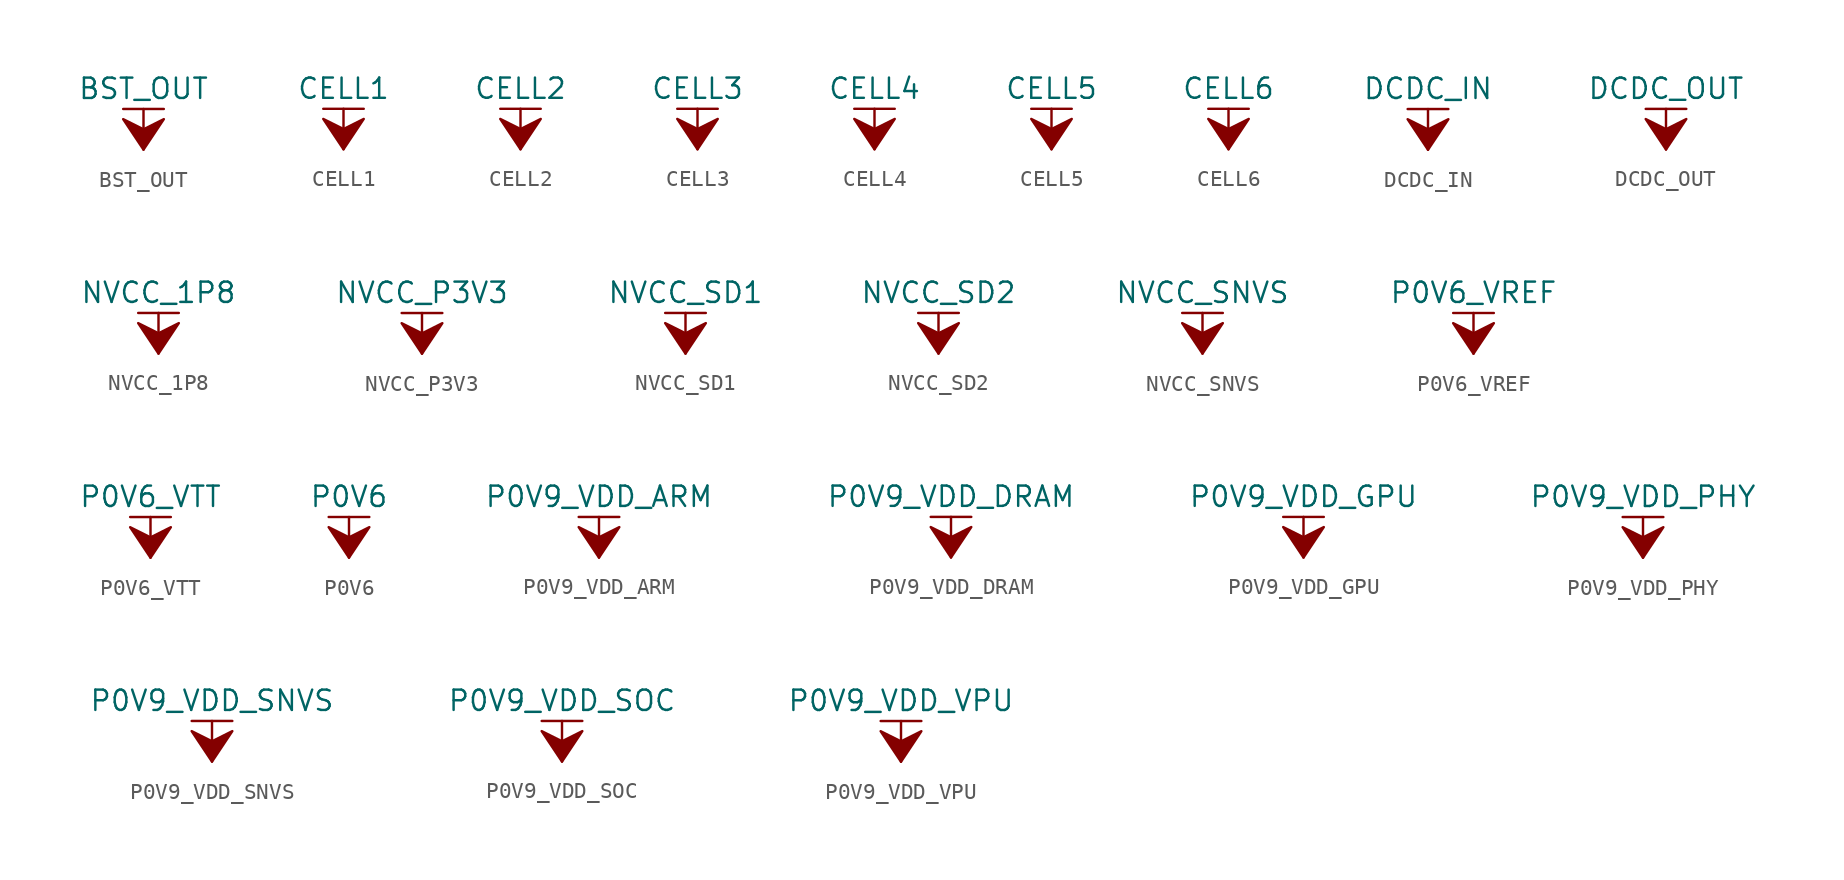
<source format=kicad_sym>
(kicad_symbol_lib
  (version 20211014)
  (generator kicad_symbol_editor)
  (symbol "BST_OUT"
    (power)
    (pin_names
      (offset 0))
    (property "Reference" "#PWR"
      (at 0 -3.81 0)
      (effects (font (size 1.27 1.27)) hide))
    (property "Value" "BST_OUT"
      (at 0 3.81 0)
      (effects (font (size 1.27 1.27))))
    (symbol "BST_OUT_0_1"
      (polyline (pts (xy -1.27 2.54) (xy 1.27 2.54)) (stroke (width 0.152) (type default) (color 0 0 0 0)) (fill (type none)))
      (polyline (pts (xy 0 0) (xy 0 2.54)) (stroke (width 0.152) (type default) (color 0 0 0 0)) (fill (type none)))
      (polyline (pts (xy 0 0) (xy 1.27 1.905) (xy 0 1.27) (xy -1.27 1.905) (xy 0 0)) (stroke (width 0.152) (type default) (color 0 0 0 0)) (fill (type outline))))
    (symbol "BST_OUT_1_1"
      (pin power_in line (at 0 0 90) (length 0) hide (name "BST_OUT" (effects (font (size 1.27 1.27)))) (number "1" (effects (font (size 1.27 1.27)))))))
  (symbol "CELL1"
    (power)
    (pin_names
      (offset 0))
    (property "Reference" "#PWR"
      (at 0 -3.81 0)
      (effects (font (size 1.27 1.27)) hide))
    (property "Value" "CELL1"
      (at 0 3.81 0)
      (effects (font (size 1.27 1.27))))
    (symbol "CELL1_0_1"
      (polyline (pts (xy -1.27 2.54) (xy 1.27 2.54)) (stroke (width 0.152) (type default) (color 0 0 0 0)) (fill (type none)))
      (polyline (pts (xy 0 0) (xy 0 2.54)) (stroke (width 0.152) (type default) (color 0 0 0 0)) (fill (type none)))
      (polyline (pts (xy 0 0) (xy 1.27 1.905) (xy 0 1.27) (xy -1.27 1.905) (xy 0 0)) (stroke (width 0.152) (type default) (color 0 0 0 0)) (fill (type outline))))
    (symbol "CELL1_1_1"
      (pin power_in line (at 0 0 90) (length 0) hide (name "CELL1" (effects (font (size 1.27 1.27)))) (number "1" (effects (font (size 1.27 1.27)))))))
  (symbol "CELL2"
    (power)
    (pin_names
      (offset 0))
    (property "Reference" "#PWR"
      (at 0 -3.81 0)
      (effects (font (size 1.27 1.27)) hide))
    (property "Value" "CELL2"
      (at 0 3.81 0)
      (effects (font (size 1.27 1.27))))
    (symbol "CELL2_0_1"
      (polyline (pts (xy -1.27 2.54) (xy 1.27 2.54)) (stroke (width 0.152) (type default) (color 0 0 0 0)) (fill (type none)))
      (polyline (pts (xy 0 0) (xy 0 2.54)) (stroke (width 0.152) (type default) (color 0 0 0 0)) (fill (type none)))
      (polyline (pts (xy 0 0) (xy 1.27 1.905) (xy 0 1.27) (xy -1.27 1.905) (xy 0 0)) (stroke (width 0.152) (type default) (color 0 0 0 0)) (fill (type outline))))
    (symbol "CELL2_1_1"
      (pin power_in line (at 0 0 90) (length 0) hide (name "CELL2" (effects (font (size 1.27 1.27)))) (number "1" (effects (font (size 1.27 1.27)))))))
  (symbol "CELL3"
    (power)
    (pin_names
      (offset 0))
    (property "Reference" "#PWR"
      (at 0 -3.81 0)
      (effects (font (size 1.27 1.27)) hide))
    (property "Value" "CELL3"
      (at 0 3.81 0)
      (effects (font (size 1.27 1.27))))
    (symbol "CELL3_0_1"
      (polyline (pts (xy -1.27 2.54) (xy 1.27 2.54)) (stroke (width 0.152) (type default) (color 0 0 0 0)) (fill (type none)))
      (polyline (pts (xy 0 0) (xy 0 2.54)) (stroke (width 0.152) (type default) (color 0 0 0 0)) (fill (type none)))
      (polyline (pts (xy 0 0) (xy 1.27 1.905) (xy 0 1.27) (xy -1.27 1.905) (xy 0 0)) (stroke (width 0.152) (type default) (color 0 0 0 0)) (fill (type outline))))
    (symbol "CELL3_1_1"
      (pin power_in line (at 0 0 90) (length 0) hide (name "CELL3" (effects (font (size 1.27 1.27)))) (number "1" (effects (font (size 1.27 1.27)))))))
  (symbol "CELL4"
    (power)
    (pin_names
      (offset 0))
    (property "Reference" "#PWR"
      (at 0 -3.81 0)
      (effects (font (size 1.27 1.27)) hide))
    (property "Value" "CELL4"
      (at 0 3.81 0)
      (effects (font (size 1.27 1.27))))
    (symbol "CELL4_0_1"
      (polyline (pts (xy -1.27 2.54) (xy 1.27 2.54)) (stroke (width 0.152) (type default) (color 0 0 0 0)) (fill (type none)))
      (polyline (pts (xy 0 0) (xy 0 2.54)) (stroke (width 0.152) (type default) (color 0 0 0 0)) (fill (type none)))
      (polyline (pts (xy 0 0) (xy 1.27 1.905) (xy 0 1.27) (xy -1.27 1.905) (xy 0 0)) (stroke (width 0.152) (type default) (color 0 0 0 0)) (fill (type outline))))
    (symbol "CELL4_1_1"
      (pin power_in line (at 0 0 90) (length 0) hide (name "CELL4" (effects (font (size 1.27 1.27)))) (number "1" (effects (font (size 1.27 1.27)))))))
  (symbol "CELL5"
    (power)
    (pin_names
      (offset 0))
    (property "Reference" "#PWR"
      (at 0 -3.81 0)
      (effects (font (size 1.27 1.27)) hide))
    (property "Value" "CELL5"
      (at 0 3.81 0)
      (effects (font (size 1.27 1.27))))
    (symbol "CELL5_0_1"
      (polyline (pts (xy -1.27 2.54) (xy 1.27 2.54)) (stroke (width 0.152) (type default) (color 0 0 0 0)) (fill (type none)))
      (polyline (pts (xy 0 0) (xy 0 2.54)) (stroke (width 0.152) (type default) (color 0 0 0 0)) (fill (type none)))
      (polyline (pts (xy 0 0) (xy 1.27 1.905) (xy 0 1.27) (xy -1.27 1.905) (xy 0 0)) (stroke (width 0.152) (type default) (color 0 0 0 0)) (fill (type outline))))
    (symbol "CELL5_1_1"
      (pin power_in line (at 0 0 90) (length 0) hide (name "CELL5" (effects (font (size 1.27 1.27)))) (number "1" (effects (font (size 1.27 1.27)))))))
  (symbol "CELL6"
    (power)
    (pin_names
      (offset 0))
    (property "Reference" "#PWR"
      (at 0 -3.81 0)
      (effects (font (size 1.27 1.27)) hide))
    (property "Value" "CELL6"
      (at 0 3.81 0)
      (effects (font (size 1.27 1.27))))
    (symbol "CELL6_0_1"
      (polyline (pts (xy -1.27 2.54) (xy 1.27 2.54)) (stroke (width 0.152) (type default) (color 0 0 0 0)) (fill (type none)))
      (polyline (pts (xy 0 0) (xy 0 2.54)) (stroke (width 0.152) (type default) (color 0 0 0 0)) (fill (type none)))
      (polyline (pts (xy 0 0) (xy 1.27 1.905) (xy 0 1.27) (xy -1.27 1.905) (xy 0 0)) (stroke (width 0.152) (type default) (color 0 0 0 0)) (fill (type outline))))
    (symbol "CELL6_1_1"
      (pin power_in line (at 0 0 90) (length 0) hide (name "CELL6" (effects (font (size 1.27 1.27)))) (number "1" (effects (font (size 1.27 1.27)))))))
  (symbol "DCDC_IN"
    (power)
    (pin_names
      (offset 0))
    (property "Reference" "#PWR"
      (at 0 -3.81 0)
      (effects (font (size 1.27 1.27)) hide))
    (property "Value" "DCDC_IN"
      (at 0 3.81 0)
      (effects (font (size 1.27 1.27))))
    (symbol "DCDC_IN_0_1"
      (polyline (pts (xy -1.27 2.54) (xy 1.27 2.54)) (stroke (width 0.152) (type default) (color 0 0 0 0)) (fill (type none)))
      (polyline (pts (xy 0 0) (xy 0 2.54)) (stroke (width 0.152) (type default) (color 0 0 0 0)) (fill (type none)))
      (polyline (pts (xy 0 0) (xy 1.27 1.905) (xy 0 1.27) (xy -1.27 1.905) (xy 0 0)) (stroke (width 0.152) (type default) (color 0 0 0 0)) (fill (type outline))))
    (symbol "DCDC_IN_1_1"
      (pin power_in line (at 0 0 90) (length 0) hide (name "DCDC_IN" (effects (font (size 1.27 1.27)))) (number "1" (effects (font (size 1.27 1.27)))))))
  (symbol "DCDC_OUT"
    (power)
    (pin_names
      (offset 0))
    (property "Reference" "#PWR"
      (at 0 -3.81 0)
      (effects (font (size 1.27 1.27)) hide))
    (property "Value" "DCDC_OUT"
      (at 0 3.81 0)
      (effects (font (size 1.27 1.27))))
    (symbol "DCDC_OUT_0_1"
      (polyline (pts (xy -1.27 2.54) (xy 1.27 2.54)) (stroke (width 0.152) (type default) (color 0 0 0 0)) (fill (type none)))
      (polyline (pts (xy 0 0) (xy 0 2.54)) (stroke (width 0.152) (type default) (color 0 0 0 0)) (fill (type none)))
      (polyline (pts (xy 0 0) (xy 1.27 1.905) (xy 0 1.27) (xy -1.27 1.905) (xy 0 0)) (stroke (width 0.152) (type default) (color 0 0 0 0)) (fill (type outline))))
    (symbol "DCDC_OUT_1_1"
      (pin power_in line (at 0 0 90) (length 0) hide (name "DCDC_OUT" (effects (font (size 1.27 1.27)))) (number "1" (effects (font (size 1.27 1.27)))))))
  (symbol "NVCC_1P8"
    (power)
    (pin_names
      (offset 0))
    (property "Reference" "#PWR"
      (at 0 -3.81 0)
      (effects (font (size 1.27 1.27)) hide))
    (property "Value" "NVCC_1P8"
      (at 0 3.81 0)
      (effects (font (size 1.27 1.27))))
    (symbol "NVCC_1P8_0_1"
      (polyline (pts (xy -1.27 2.54) (xy 1.27 2.54)) (stroke (width 0.152) (type default) (color 0 0 0 0)) (fill (type none)))
      (polyline (pts (xy 0 0) (xy 0 2.54)) (stroke (width 0.152) (type default) (color 0 0 0 0)) (fill (type none)))
      (polyline (pts (xy 0 0) (xy 1.27 1.905) (xy 0 1.27) (xy -1.27 1.905) (xy 0 0)) (stroke (width 0.152) (type default) (color 0 0 0 0)) (fill (type outline))))
    (symbol "NVCC_1P8_1_1"
      (pin power_in line (at 0 0 90) (length 0) hide (name "NVCC_1P8" (effects (font (size 1.27 1.27)))) (number "1" (effects (font (size 1.27 1.27)))))))
  (symbol "NVCC_P3V3"
    (power)
    (pin_names
      (offset 0))
    (property "Reference" "#PWR"
      (at 0 -3.81 0)
      (effects (font (size 1.27 1.27)) hide))
    (property "Value" "NVCC_P3V3"
      (at 0 3.81 0)
      (effects (font (size 1.27 1.27))))
    (symbol "NVCC_P3V3_0_1"
      (polyline (pts (xy -1.27 2.54) (xy 1.27 2.54)) (stroke (width 0.152) (type default) (color 0 0 0 0)) (fill (type none)))
      (polyline (pts (xy 0 0) (xy 0 2.54)) (stroke (width 0.152) (type default) (color 0 0 0 0)) (fill (type none)))
      (polyline (pts (xy 0 0) (xy 1.27 1.905) (xy 0 1.27) (xy -1.27 1.905) (xy 0 0)) (stroke (width 0.152) (type default) (color 0 0 0 0)) (fill (type outline))))
    (symbol "NVCC_P3V3_1_1"
      (pin power_in line (at 0 0 90) (length 0) hide (name "NVCC_P3V3" (effects (font (size 1.27 1.27)))) (number "1" (effects (font (size 1.27 1.27)))))))
  (symbol "NVCC_SD1"
    (power)
    (pin_names
      (offset 0))
    (property "Reference" "#PWR"
      (at 0 -3.81 0)
      (effects (font (size 1.27 1.27)) hide))
    (property "Value" "NVCC_SD1"
      (at 0 3.81 0)
      (effects (font (size 1.27 1.27))))
    (symbol "NVCC_SD1_0_1"
      (polyline (pts (xy -1.27 2.54) (xy 1.27 2.54)) (stroke (width 0.152) (type default) (color 0 0 0 0)) (fill (type none)))
      (polyline (pts (xy 0 0) (xy 0 2.54)) (stroke (width 0.152) (type default) (color 0 0 0 0)) (fill (type none)))
      (polyline (pts (xy 0 0) (xy 1.27 1.905) (xy 0 1.27) (xy -1.27 1.905) (xy 0 0)) (stroke (width 0.152) (type default) (color 0 0 0 0)) (fill (type outline))))
    (symbol "NVCC_SD1_1_1"
      (pin power_in line (at 0 0 90) (length 0) hide (name "NVCC_SD1" (effects (font (size 1.27 1.27)))) (number "1" (effects (font (size 1.27 1.27)))))))
  (symbol "NVCC_SD2"
    (power)
    (pin_names
      (offset 0))
    (property "Reference" "#PWR"
      (at 0 -3.81 0)
      (effects (font (size 1.27 1.27)) hide))
    (property "Value" "NVCC_SD2"
      (at 0 3.81 0)
      (effects (font (size 1.27 1.27))))
    (symbol "NVCC_SD2_0_1"
      (polyline (pts (xy -1.27 2.54) (xy 1.27 2.54)) (stroke (width 0.152) (type default) (color 0 0 0 0)) (fill (type none)))
      (polyline (pts (xy 0 0) (xy 0 2.54)) (stroke (width 0.152) (type default) (color 0 0 0 0)) (fill (type none)))
      (polyline (pts (xy 0 0) (xy 1.27 1.905) (xy 0 1.27) (xy -1.27 1.905) (xy 0 0)) (stroke (width 0.152) (type default) (color 0 0 0 0)) (fill (type outline))))
    (symbol "NVCC_SD2_1_1"
      (pin power_in line (at 0 0 90) (length 0) hide (name "NVCC_SD2" (effects (font (size 1.27 1.27)))) (number "1" (effects (font (size 1.27 1.27)))))))
  (symbol "NVCC_SNVS"
    (power)
    (pin_names
      (offset 0))
    (property "Reference" "#PWR"
      (at 0 -3.81 0)
      (effects (font (size 1.27 1.27)) hide))
    (property "Value" "NVCC_SNVS"
      (at 0 3.81 0)
      (effects (font (size 1.27 1.27))))
    (symbol "NVCC_SNVS_0_1"
      (polyline (pts (xy -1.27 2.54) (xy 1.27 2.54)) (stroke (width 0.152) (type default) (color 0 0 0 0)) (fill (type none)))
      (polyline (pts (xy 0 0) (xy 0 2.54)) (stroke (width 0.152) (type default) (color 0 0 0 0)) (fill (type none)))
      (polyline (pts (xy 0 0) (xy 1.27 1.905) (xy 0 1.27) (xy -1.27 1.905) (xy 0 0)) (stroke (width 0.152) (type default) (color 0 0 0 0)) (fill (type outline))))
    (symbol "NVCC_SNVS_1_1"
      (pin power_in line (at 0 0 90) (length 0) hide (name "NVCC_SNVS" (effects (font (size 1.27 1.27)))) (number "1" (effects (font (size 1.27 1.27)))))))
  (symbol "P0V6_VREF"
    (power)
    (pin_names
      (offset 0))
    (property "Reference" "#PWR"
      (at 0 -3.81 0)
      (effects (font (size 1.27 1.27)) hide))
    (property "Value" "P0V6_VREF"
      (at 0 3.81 0)
      (effects (font (size 1.27 1.27))))
    (symbol "P0V6_VREF_0_1"
      (polyline (pts (xy -1.27 2.54) (xy 1.27 2.54)) (stroke (width 0.152) (type default) (color 0 0 0 0)) (fill (type none)))
      (polyline (pts (xy 0 0) (xy 0 2.54)) (stroke (width 0.152) (type default) (color 0 0 0 0)) (fill (type none)))
      (polyline (pts (xy 0 0) (xy 1.27 1.905) (xy 0 1.27) (xy -1.27 1.905) (xy 0 0)) (stroke (width 0.152) (type default) (color 0 0 0 0)) (fill (type outline))))
    (symbol "P0V6_VREF_1_1"
      (pin power_in line (at 0 0 90) (length 0) hide (name "P0V6_VREF" (effects (font (size 1.27 1.27)))) (number "1" (effects (font (size 1.27 1.27)))))))
  (symbol "P0V6_VTT"
    (power)
    (pin_names
      (offset 0))
    (property "Reference" "#PWR"
      (at 0 -3.81 0)
      (effects (font (size 1.27 1.27)) hide))
    (property "Value" "P0V6_VTT"
      (at 0 3.81 0)
      (effects (font (size 1.27 1.27))))
    (symbol "P0V6_VTT_0_1"
      (polyline (pts (xy -1.27 2.54) (xy 1.27 2.54)) (stroke (width 0.152) (type default) (color 0 0 0 0)) (fill (type none)))
      (polyline (pts (xy 0 0) (xy 0 2.54)) (stroke (width 0.152) (type default) (color 0 0 0 0)) (fill (type none)))
      (polyline (pts (xy 0 0) (xy 1.27 1.905) (xy 0 1.27) (xy -1.27 1.905) (xy 0 0)) (stroke (width 0.152) (type default) (color 0 0 0 0)) (fill (type outline))))
    (symbol "P0V6_VTT_1_1"
      (pin power_in line (at 0 0 90) (length 0) hide (name "P0V6_VTT" (effects (font (size 1.27 1.27)))) (number "1" (effects (font (size 1.27 1.27)))))))
  (symbol "P0V6"
    (power)
    (pin_names
      (offset 0))
    (property "Reference" "#PWR"
      (at 0 -3.81 0)
      (effects (font (size 1.27 1.27)) hide))
    (property "Value" "P0V6"
      (at 0 3.81 0)
      (effects (font (size 1.27 1.27))))
    (symbol "P0V6_0_1"
      (polyline (pts (xy -1.27 2.54) (xy 1.27 2.54)) (stroke (width 0.152) (type default) (color 0 0 0 0)) (fill (type none)))
      (polyline (pts (xy 0 0) (xy 0 2.54)) (stroke (width 0.152) (type default) (color 0 0 0 0)) (fill (type none)))
      (polyline (pts (xy 0 0) (xy 1.27 1.905) (xy 0 1.27) (xy -1.27 1.905) (xy 0 0)) (stroke (width 0.152) (type default) (color 0 0 0 0)) (fill (type outline))))
    (symbol "P0V6_1_1"
      (pin power_in line (at 0 0 90) (length 0) hide (name "P0V6" (effects (font (size 1.27 1.27)))) (number "1" (effects (font (size 1.27 1.27)))))))
  (symbol "P0V9_VDD_ARM"
    (power)
    (pin_names
      (offset 0))
    (property "Reference" "#PWR"
      (at 0 -3.81 0)
      (effects (font (size 1.27 1.27)) hide))
    (property "Value" "P0V9_VDD_ARM"
      (at 0 3.81 0)
      (effects (font (size 1.27 1.27))))
    (symbol "P0V9_VDD_ARM_0_1"
      (polyline (pts (xy -1.27 2.54) (xy 1.27 2.54)) (stroke (width 0.152) (type default) (color 0 0 0 0)) (fill (type none)))
      (polyline (pts (xy 0 0) (xy 0 2.54)) (stroke (width 0.152) (type default) (color 0 0 0 0)) (fill (type none)))
      (polyline (pts (xy 0 0) (xy 1.27 1.905) (xy 0 1.27) (xy -1.27 1.905) (xy 0 0)) (stroke (width 0.152) (type default) (color 0 0 0 0)) (fill (type outline))))
    (symbol "P0V9_VDD_ARM_1_1"
      (pin power_in line (at 0 0 90) (length 0) hide (name "P0V9_VDD_ARM" (effects (font (size 1.27 1.27)))) (number "1" (effects (font (size 1.27 1.27)))))))
  (symbol "P0V9_VDD_DRAM"
    (power)
    (pin_names
      (offset 0))
    (property "Reference" "#PWR"
      (at 0 -3.81 0)
      (effects (font (size 1.27 1.27)) hide))
    (property "Value" "P0V9_VDD_DRAM"
      (at 0 3.81 0)
      (effects (font (size 1.27 1.27))))
    (symbol "P0V9_VDD_DRAM_0_1"
      (polyline (pts (xy -1.27 2.54) (xy 1.27 2.54)) (stroke (width 0.152) (type default) (color 0 0 0 0)) (fill (type none)))
      (polyline (pts (xy 0 0) (xy 0 2.54)) (stroke (width 0.152) (type default) (color 0 0 0 0)) (fill (type none)))
      (polyline (pts (xy 0 0) (xy 1.27 1.905) (xy 0 1.27) (xy -1.27 1.905) (xy 0 0)) (stroke (width 0.152) (type default) (color 0 0 0 0)) (fill (type outline))))
    (symbol "P0V9_VDD_DRAM_1_1"
      (pin power_in line (at 0 0 90) (length 0) hide (name "P0V9_VDD_DRAM" (effects (font (size 1.27 1.27)))) (number "1" (effects (font (size 1.27 1.27)))))))
  (symbol "P0V9_VDD_GPU"
    (power)
    (pin_names
      (offset 0))
    (property "Reference" "#PWR"
      (at 0 -3.81 0)
      (effects (font (size 1.27 1.27)) hide))
    (property "Value" "P0V9_VDD_GPU"
      (at 0 3.81 0)
      (effects (font (size 1.27 1.27))))
    (symbol "P0V9_VDD_GPU_0_1"
      (polyline (pts (xy -1.27 2.54) (xy 1.27 2.54)) (stroke (width 0.152) (type default) (color 0 0 0 0)) (fill (type none)))
      (polyline (pts (xy 0 0) (xy 0 2.54)) (stroke (width 0.152) (type default) (color 0 0 0 0)) (fill (type none)))
      (polyline (pts (xy 0 0) (xy 1.27 1.905) (xy 0 1.27) (xy -1.27 1.905) (xy 0 0)) (stroke (width 0.152) (type default) (color 0 0 0 0)) (fill (type outline))))
    (symbol "P0V9_VDD_GPU_1_1"
      (pin power_in line (at 0 0 90) (length 0) hide (name "P0V9_VDD_GPU" (effects (font (size 1.27 1.27)))) (number "1" (effects (font (size 1.27 1.27)))))))
  (symbol "P0V9_VDD_PHY"
    (power)
    (pin_names
      (offset 0))
    (property "Reference" "#PWR"
      (at 0 -3.81 0)
      (effects (font (size 1.27 1.27)) hide))
    (property "Value" "P0V9_VDD_PHY"
      (at 0 3.81 0)
      (effects (font (size 1.27 1.27))))
    (symbol "P0V9_VDD_PHY_0_1"
      (polyline (pts (xy -1.27 2.54) (xy 1.27 2.54)) (stroke (width 0.152) (type default) (color 0 0 0 0)) (fill (type none)))
      (polyline (pts (xy 0 0) (xy 0 2.54)) (stroke (width 0.152) (type default) (color 0 0 0 0)) (fill (type none)))
      (polyline (pts (xy 0 0) (xy 1.27 1.905) (xy 0 1.27) (xy -1.27 1.905) (xy 0 0)) (stroke (width 0.152) (type default) (color 0 0 0 0)) (fill (type outline))))
    (symbol "P0V9_VDD_PHY_1_1"
      (pin power_in line (at 0 0 90) (length 0) hide (name "P0V9_VDD_PHY" (effects (font (size 1.27 1.27)))) (number "1" (effects (font (size 1.27 1.27)))))))
  (symbol "P0V9_VDD_SNVS"
    (power)
    (pin_names
      (offset 0))
    (property "Reference" "#PWR"
      (at 0 -3.81 0)
      (effects (font (size 1.27 1.27)) hide))
    (property "Value" "P0V9_VDD_SNVS"
      (at 0 3.81 0)
      (effects (font (size 1.27 1.27))))
    (symbol "P0V9_VDD_SNVS_0_1"
      (polyline (pts (xy -1.27 2.54) (xy 1.27 2.54)) (stroke (width 0.152) (type default) (color 0 0 0 0)) (fill (type none)))
      (polyline (pts (xy 0 0) (xy 0 2.54)) (stroke (width 0.152) (type default) (color 0 0 0 0)) (fill (type none)))
      (polyline (pts (xy 0 0) (xy 1.27 1.905) (xy 0 1.27) (xy -1.27 1.905) (xy 0 0)) (stroke (width 0.152) (type default) (color 0 0 0 0)) (fill (type outline))))
    (symbol "P0V9_VDD_SNVS_1_1"
      (pin power_in line (at 0 0 90) (length 0) hide (name "P0V9_VDD_SNVS" (effects (font (size 1.27 1.27)))) (number "1" (effects (font (size 1.27 1.27)))))))
  (symbol "P0V9_VDD_SOC"
    (power)
    (pin_names
      (offset 0))
    (property "Reference" "#PWR"
      (at 0 -3.81 0)
      (effects (font (size 1.27 1.27)) hide))
    (property "Value" "P0V9_VDD_SOC"
      (at 0 3.81 0)
      (effects (font (size 1.27 1.27))))
    (symbol "P0V9_VDD_SOC_0_1"
      (polyline (pts (xy -1.27 2.54) (xy 1.27 2.54)) (stroke (width 0.152) (type default) (color 0 0 0 0)) (fill (type none)))
      (polyline (pts (xy 0 0) (xy 0 2.54)) (stroke (width 0.152) (type default) (color 0 0 0 0)) (fill (type none)))
      (polyline (pts (xy 0 0) (xy 1.27 1.905) (xy 0 1.27) (xy -1.27 1.905) (xy 0 0)) (stroke (width 0.152) (type default) (color 0 0 0 0)) (fill (type outline))))
    (symbol "P0V9_VDD_SOC_1_1"
      (pin power_in line (at 0 0 90) (length 0) hide (name "P0V9_VDD_SOC" (effects (font (size 1.27 1.27)))) (number "1" (effects (font (size 1.27 1.27)))))))
  (symbol "P0V9_VDD_VPU"
    (power)
    (pin_names
      (offset 0))
    (property "Reference" "#PWR"
      (at 0 -3.81 0)
      (effects (font (size 1.27 1.27)) hide))
    (property "Value" "P0V9_VDD_VPU"
      (at 0 3.81 0)
      (effects (font (size 1.27 1.27))))
    (symbol "P0V9_VDD_VPU_0_1"
      (polyline (pts (xy -1.27 2.54) (xy 1.27 2.54)) (stroke (width 0.152) (type default) (color 0 0 0 0)) (fill (type none)))
      (polyline (pts (xy 0 0) (xy 0 2.54)) (stroke (width 0.152) (type default) (color 0 0 0 0)) (fill (type none)))
      (polyline (pts (xy 0 0) (xy 1.27 1.905) (xy 0 1.27) (xy -1.27 1.905) (xy 0 0)) (stroke (width 0.152) (type default) (color 0 0 0 0)) (fill (type outline))))
    (symbol "P0V9_VDD_VPU_1_1"
      (pin power_in line (at 0 0 90) (length 0) hide (name "P0V9_VDD_VPU" (effects (font (size 1.27 1.27)))) (number "1" (effects (font (size 1.27 1.27))))))))
</source>
